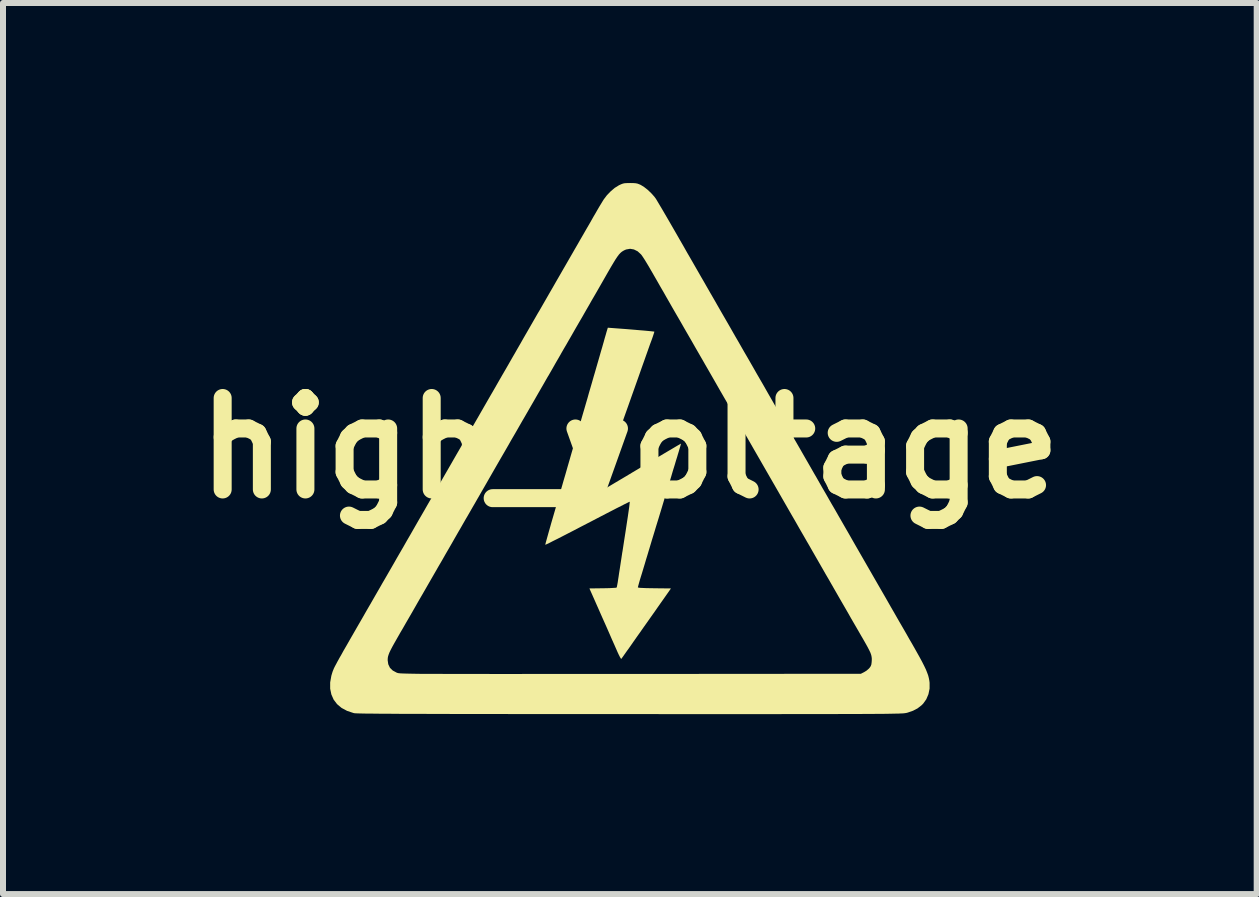
<source format=kicad_pcb>
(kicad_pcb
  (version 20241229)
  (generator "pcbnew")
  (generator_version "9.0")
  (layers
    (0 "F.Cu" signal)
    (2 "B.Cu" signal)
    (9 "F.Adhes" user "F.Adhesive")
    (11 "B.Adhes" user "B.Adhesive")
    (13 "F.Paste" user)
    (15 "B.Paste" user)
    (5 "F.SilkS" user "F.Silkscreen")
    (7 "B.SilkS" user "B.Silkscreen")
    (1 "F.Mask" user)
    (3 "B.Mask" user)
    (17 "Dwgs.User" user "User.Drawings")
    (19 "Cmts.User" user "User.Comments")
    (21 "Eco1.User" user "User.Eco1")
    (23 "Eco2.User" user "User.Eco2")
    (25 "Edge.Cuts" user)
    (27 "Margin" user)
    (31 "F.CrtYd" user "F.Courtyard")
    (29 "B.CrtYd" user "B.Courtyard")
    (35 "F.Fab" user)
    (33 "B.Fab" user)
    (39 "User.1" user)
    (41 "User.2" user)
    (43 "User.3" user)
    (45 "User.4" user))
  (footprint "high_voltage"
    (layer "F.Cu")
    (at 7.446 4.417)
    (property "Reference" "high_voltage" (at 0 0 0) (layer "F.SilkS") (effects (font (size 1.524 1.524) (thickness 0.3))))
    (attr board_only exclude_from_pos_files exclude_from_bom)
    (fp_poly (pts (xy -0.247 -1.997) (xy -0.169 -1.991) (xy -0.085 -1.985) (xy 0.001 -1.978) (xy 0.085 -1.971) (xy 0.165 -1.964) (xy 0.239 -1.958) (xy 0.303 -1.952) (xy 0.354 -1.947) (xy 0.39 -1.943) (xy 0.407 -1.941) (xy 0.408 -1.94) (xy 0.406 -1.929) (xy 0.397 -1.901) (xy 0.384 -1.861) (xy 0.368 -1.815) (xy 0.354 -1.777) (xy 0.337 -1.732) (xy 0.318 -1.678) (xy 0.295 -1.613) (xy 0.268 -1.537) (xy 0.236 -1.446) (xy 0.198 -1.34) (xy 0.155 -1.217) (xy 0.105 -1.076) (xy 0.082 -1.011) (xy 0.031 -0.868) (xy -0.024 -0.712) (xy -0.085 -0.541) (xy -0.139 -0.389) (xy -0.16 -0.331) (xy -0.185 -0.259) (xy -0.213 -0.18) (xy -0.241 -0.1) (xy -0.261 -0.044) (xy -0.335 0.165) (xy -0.402 0.353) (xy -0.462 0.521) (xy -0.494 0.611) (xy -0.512 0.662) (xy -0.527 0.705) (xy -0.537 0.736) (xy -0.541 0.751) (xy -0.541 0.752) (xy -0.531 0.746) (xy -0.504 0.731) (xy -0.461 0.705) (xy -0.403 0.671) (xy -0.332 0.629) (xy -0.25 0.58) (xy -0.157 0.525) (xy -0.056 0.465) (xy 0.052 0.4) (xy 0.155 0.339) (xy 0.268 0.271) (xy 0.376 0.207) (xy 0.476 0.147) (xy 0.568 0.092) (xy 0.649 0.044) (xy 0.719 0.003) (xy 0.776 -0.031) (xy 0.818 -0.055) (xy 0.844 -0.07) (xy 0.852 -0.074) (xy 0.849 -0.063) (xy 0.842 -0.034) (xy 0.829 0.009) (xy 0.813 0.064) (xy 0.794 0.126) (xy 0.794 0.128) (xy 0.77 0.205) (xy 0.746 0.286) (xy 0.721 0.366) (xy 0.7 0.437) (xy 0.69 0.472) (xy 0.668 0.545) (xy 0.64 0.638) (xy 0.607 0.748) (xy 0.568 0.874) (xy 0.526 1.014) (xy 0.48 1.166) (xy 0.43 1.328) (xy 0.417 1.372) (xy 0.393 1.451) (xy 0.368 1.532) (xy 0.345 1.609) (xy 0.325 1.676) (xy 0.309 1.728) (xy 0.306 1.739) (xy 0.291 1.789) (xy 0.271 1.854) (xy 0.249 1.929) (xy 0.225 2.008) (xy 0.202 2.085) (xy 0.181 2.152) (xy 0.163 2.212) (xy 0.149 2.262) (xy 0.139 2.299) (xy 0.134 2.319) (xy 0.133 2.321) (xy 0.142 2.325) (xy 0.169 2.329) (xy 0.214 2.331) (xy 0.28 2.334) (xy 0.366 2.335) (xy 0.409 2.336) (xy 0.685 2.339) (xy 0.584 2.483) (xy 0.556 2.523) (xy 0.517 2.578) (xy 0.47 2.645) (xy 0.415 2.724) (xy 0.354 2.81) (xy 0.29 2.901) (xy 0.224 2.994) (xy 0.173 3.067) (xy 0.111 3.154) (xy 0.053 3.237) (xy 0.001 3.312) (xy -0.046 3.377) (xy -0.085 3.432) (xy -0.115 3.475) (xy -0.135 3.502) (xy -0.143 3.514) (xy -0.143 3.514) (xy -0.15 3.507) (xy -0.164 3.484) (xy -0.183 3.447) (xy -0.205 3.4) (xy -0.211 3.386) (xy -0.254 3.288) (xy -0.3 3.185) (xy -0.346 3.079) (xy -0.393 2.972) (xy -0.439 2.869) (xy -0.483 2.77) (xy -0.523 2.679) (xy -0.559 2.598) (xy -0.589 2.53) (xy -0.612 2.478) (xy -0.627 2.444) (xy -0.674 2.339) (xy -0.451 2.336) (xy -0.383 2.335) (xy -0.322 2.333) (xy -0.273 2.33) (xy -0.238 2.328) (xy -0.221 2.325) (xy -0.221 2.325) (xy -0.216 2.311) (xy -0.21 2.28) (xy -0.202 2.237) (xy -0.195 2.189) (xy -0.188 2.145) (xy -0.179 2.083) (xy -0.167 2.007) (xy -0.154 1.922) (xy -0.14 1.831) (xy -0.126 1.738) (xy -0.122 1.717) (xy -0.095 1.541) (xy -0.071 1.388) (xy -0.051 1.255) (xy -0.034 1.144) (xy -0.021 1.054) (xy -0.011 0.984) (xy -0.005 0.934) (xy -0.002 0.904) (xy -0.002 0.894) (xy -0.013 0.898) (xy -0.041 0.912) (xy -0.086 0.934) (xy -0.146 0.965) (xy -0.22 1.002) (xy -0.305 1.046) (xy -0.4 1.095) (xy -0.504 1.149) (xy -0.615 1.207) (xy -0.706 1.254) (xy -0.822 1.314) (xy -0.931 1.371) (xy -1.034 1.424) (xy -1.127 1.472) (xy -1.209 1.514) (xy -1.28 1.549) (xy -1.336 1.578) (xy -1.378 1.598) (xy -1.402 1.609) (xy -1.409 1.611) (xy -1.407 1.599) (xy -1.399 1.568) (xy -1.386 1.521) (xy -1.369 1.46) (xy -1.349 1.388) (xy -1.326 1.308) (xy -1.311 1.254) (xy -1.285 1.165) (xy -1.262 1.086) (xy -1.241 1.014) (xy -1.221 0.944) (xy -1.201 0.876) (xy -1.18 0.804) (xy -1.158 0.727) (xy -1.133 0.642) (xy -1.105 0.544) (xy -1.072 0.432) (xy -1.035 0.302) (xy -1.028 0.278) (xy -1.004 0.195) (xy -0.976 0.097) (xy -0.944 -0.013) (xy -0.91 -0.13) (xy -0.876 -0.248) (xy -0.843 -0.362) (xy -0.821 -0.437) (xy -0.792 -0.538) (xy -0.762 -0.64) (xy -0.733 -0.74) (xy -0.706 -0.832) (xy -0.683 -0.915) (xy -0.663 -0.983) (xy -0.649 -1.031) (xy -0.63 -1.096) (xy -0.607 -1.177) (xy -0.581 -1.265) (xy -0.555 -1.356) (xy -0.53 -1.442) (xy -0.526 -1.456) (xy -0.504 -1.532) (xy -0.483 -1.606) (xy -0.463 -1.673) (xy -0.447 -1.73) (xy -0.435 -1.771) (xy -0.432 -1.783) (xy -0.417 -1.837) (xy -0.4 -1.894) (xy -0.389 -1.934) (xy -0.367 -2.006)) (stroke (width 0) (type solid)) (fill yes) (layer "F.SilkS"))
    (fp_poly (pts (xy 0.059 -4.416) (xy 0.098 -4.413) (xy 0.128 -4.407) (xy 0.157 -4.396) (xy 0.182 -4.385) (xy 0.237 -4.351) (xy 0.297 -4.304) (xy 0.356 -4.248) (xy 0.408 -4.19) (xy 0.433 -4.156) (xy 0.446 -4.135) (xy 0.468 -4.098) (xy 0.5 -4.044) (xy 0.54 -3.977) (xy 0.586 -3.898) (xy 0.638 -3.809) (xy 0.694 -3.712) (xy 0.754 -3.608) (xy 0.816 -3.5) (xy 0.822 -3.489) (xy 0.888 -3.375) (xy 0.953 -3.26) (xy 1.018 -3.148) (xy 1.08 -3.04) (xy 1.138 -2.939) (xy 1.19 -2.848) (xy 1.236 -2.769) (xy 1.273 -2.704) (xy 1.296 -2.664) (xy 1.347 -2.575) (xy 1.401 -2.482) (xy 1.458 -2.382) (xy 1.521 -2.272) (xy 1.591 -2.151) (xy 1.669 -2.016) (xy 1.755 -1.865) (xy 1.804 -1.781) (xy 1.851 -1.699) (xy 1.904 -1.606) (xy 1.96 -1.51) (xy 2.014 -1.416) (xy 2.06 -1.336) (xy 2.107 -1.253) (xy 2.162 -1.158) (xy 2.219 -1.06) (xy 2.273 -0.965) (xy 2.318 -0.886) (xy 2.363 -0.808) (xy 2.412 -0.722) (xy 2.462 -0.637) (xy 2.508 -0.557) (xy 2.547 -0.489) (xy 2.55 -0.483) (xy 2.607 -0.384) (xy 2.673 -0.269) (xy 2.747 -0.141) (xy 2.826 -0.004) (xy 2.908 0.139) (xy 2.992 0.285) (xy 3.075 0.43) (xy 3.106 0.483) (xy 3.155 0.569) (xy 3.209 0.664) (xy 3.265 0.76) (xy 3.318 0.853) (xy 3.365 0.935) (xy 3.387 0.972) (xy 3.432 1.05) (xy 3.481 1.136) (xy 3.53 1.221) (xy 3.576 1.301) (xy 3.615 1.369) (xy 3.617 1.372) (xy 3.655 1.438) (xy 3.7 1.517) (xy 3.749 1.603) (xy 3.798 1.688) (xy 3.844 1.768) (xy 3.848 1.775) (xy 3.982 2.008) (xy 4.119 2.246) (xy 4.254 2.48) (xy 4.359 2.664) (xy 4.395 2.726) (xy 4.439 2.803) (xy 4.49 2.892) (xy 4.546 2.988) (xy 4.603 3.087) (xy 4.659 3.186) (xy 4.704 3.263) (xy 4.769 3.378) (xy 4.824 3.476) (xy 4.869 3.559) (xy 4.905 3.63) (xy 4.934 3.691) (xy 4.955 3.744) (xy 4.972 3.791) (xy 4.983 3.835) (xy 4.991 3.878) (xy 4.995 3.911) (xy 4.995 4.008) (xy 4.976 4.101) (xy 4.94 4.186) (xy 4.888 4.259) (xy 4.862 4.285) (xy 4.794 4.338) (xy 4.719 4.377) (xy 4.63 4.408) (xy 4.614 4.412) (xy 4.606 4.414) (xy 4.598 4.415) (xy 4.589 4.417) (xy 4.578 4.418) (xy 4.564 4.42) (xy 4.547 4.421) (xy 4.526 4.422) (xy 4.5 4.423) (xy 4.469 4.425) (xy 4.433 4.425) (xy 4.389 4.426) (xy 4.339 4.427) (xy 4.281 4.428) (xy 4.215 4.429) (xy 4.139 4.429) (xy 4.054 4.43) (xy 3.958 4.43) (xy 3.851 4.431) (xy 3.733 4.431) (xy 3.602 4.431) (xy 3.458 4.432) (xy 3.301 4.432) (xy 3.129 4.432) (xy 2.943 4.432) (xy 2.741 4.432) (xy 2.523 4.433) (xy 2.288 4.433) (xy 2.035 4.433) (xy 1.765 4.433) (xy 1.475 4.433) (xy 1.166 4.433) (xy 0.837 4.433) (xy 0.488 4.433) (xy 0.116 4.432) (xy -0.005 4.432) (xy -0.39 4.432) (xy -0.754 4.432) (xy -1.097 4.432) (xy -1.419 4.432) (xy -1.722 4.432) (xy -2.005 4.432) (xy -2.27 4.431) (xy -2.517 4.431) (xy -2.746 4.431) (xy -2.959 4.431) (xy -3.155 4.43) (xy -3.336 4.43) (xy -3.502 4.429) (xy -3.653 4.429) (xy -3.79 4.429) (xy -3.915 4.428) (xy -4.026 4.427) (xy -4.126 4.427) (xy -4.214 4.426) (xy -4.292 4.425) (xy -4.359 4.425) (xy -4.417 4.424) (xy -4.466 4.423) (xy -4.506 4.422) (xy -4.539 4.421) (xy -4.564 4.42) (xy -4.583 4.419) (xy -4.595 4.417) (xy -4.602 4.416) (xy -4.711 4.38) (xy -4.804 4.33) (xy -4.879 4.267) (xy -4.936 4.192) (xy -4.974 4.106) (xy -4.994 4.01) (xy -4.994 3.905) (xy -4.974 3.793) (xy -4.959 3.743) (xy -4.954 3.727) (xy -4.948 3.711) (xy -4.941 3.694) (xy -4.933 3.674) (xy -4.922 3.651) (xy -4.908 3.624) (xy -4.89 3.591) (xy -4.869 3.551) (xy -4.858 3.532) (xy -4.036 3.532) (xy -4.026 3.602) (xy -3.998 3.661) (xy -3.951 3.707) (xy -3.886 3.742) (xy -3.876 3.746) (xy -3.87 3.747) (xy -3.863 3.749) (xy -3.854 3.751) (xy -3.842 3.752) (xy -3.827 3.754) (xy -3.808 3.755) (xy -3.784 3.756) (xy -3.755 3.757) (xy -3.719 3.758) (xy -3.677 3.759) (xy -3.627 3.76) (xy -3.569 3.761) (xy -3.502 3.762) (xy -3.426 3.762) (xy -3.339 3.763) (xy -3.241 3.763) (xy -3.131 3.763) (xy -3.009 3.764) (xy -2.874 3.764) (xy -2.725 3.764) (xy -2.561 3.764) (xy -2.382 3.764) (xy -2.187 3.765) (xy -1.975 3.765) (xy -1.747 3.764) (xy -1.5 3.764) (xy -1.234 3.764) (xy -0.949 3.764) (xy -0.644 3.764) (xy -0.318 3.764) (xy 0.017 3.764) (xy 3.85 3.761) (xy 3.905 3.733) (xy 3.944 3.709) (xy 3.98 3.678) (xy 3.994 3.663) (xy 4.013 3.636) (xy 4.024 3.608) (xy 4.029 3.572) (xy 4.031 3.544) (xy 4.032 3.511) (xy 4.029 3.48) (xy 4.022 3.447) (xy 4.009 3.41) (xy 3.988 3.366) (xy 3.96 3.312) (xy 3.922 3.244) (xy 3.886 3.181) (xy 3.855 3.128) (xy 3.816 3.06) (xy 3.772 2.984) (xy 3.726 2.905) (xy 3.682 2.829) (xy 3.672 2.811) (xy 3.627 2.732) (xy 3.578 2.647) (xy 3.528 2.561) (xy 3.482 2.481) (xy 3.443 2.413) (xy 3.439 2.406) (xy 3.404 2.345) (xy 3.361 2.27) (xy 3.313 2.186) (xy 3.262 2.099) (xy 3.213 2.013) (xy 3.183 1.961) (xy 3.136 1.879) (xy 3.086 1.792) (xy 3.036 1.705) (xy 2.99 1.624) (xy 2.949 1.554) (xy 2.928 1.517) (xy 2.89 1.451) (xy 2.844 1.372) (xy 2.795 1.286) (xy 2.746 1.2) (xy 2.7 1.121) (xy 2.696 1.114) (xy 2.565 0.886) (xy 2.445 0.677) (xy 2.335 0.486) (xy 2.236 0.314) (xy 2.147 0.159) (xy 2.068 0.022) (xy 2 -0.097) (xy 1.941 -0.2) (xy 1.928 -0.222) (xy 1.775 -0.488) (xy 1.632 -0.737) (xy 1.495 -0.974) (xy 1.398 -1.144) (xy 1.352 -1.224) (xy 1.305 -1.306) (xy 1.258 -1.387) (xy 1.216 -1.461) (xy 1.18 -1.523) (xy 1.161 -1.556) (xy 1.127 -1.615) (xy 1.083 -1.691) (xy 1.032 -1.781) (xy 0.974 -1.881) (xy 0.911 -1.99) (xy 0.846 -2.104) (xy 0.778 -2.221) (xy 0.711 -2.337) (xy 0.646 -2.451) (xy 0.608 -2.517) (xy 0.564 -2.595) (xy 0.512 -2.684) (xy 0.458 -2.779) (xy 0.405 -2.871) (xy 0.358 -2.953) (xy 0.357 -2.954) (xy 0.318 -3.022) (xy 0.28 -3.085) (xy 0.245 -3.142) (xy 0.215 -3.188) (xy 0.193 -3.219) (xy 0.186 -3.228) (xy 0.13 -3.279) (xy 0.068 -3.31) (xy 0.004 -3.321) (xy -0.06 -3.31) (xy -0.083 -3.301) (xy -0.11 -3.287) (xy -0.135 -3.271) (xy -0.158 -3.251) (xy -0.182 -3.225) (xy -0.208 -3.19) (xy -0.239 -3.144) (xy -0.275 -3.085) (xy -0.319 -3.011) (xy -0.367 -2.928) (xy -0.408 -2.856) (xy -0.452 -2.779) (xy -0.495 -2.704) (xy -0.534 -2.636) (xy -0.561 -2.589) (xy -0.594 -2.532) (xy -0.635 -2.462) (xy -0.678 -2.386) (xy -0.722 -2.31) (xy -0.75 -2.261) (xy -0.791 -2.189) (xy -0.836 -2.112) (xy -0.88 -2.036) (xy -0.92 -1.967) (xy -0.942 -1.928) (xy -0.974 -1.872) (xy -1.014 -1.803) (xy -1.058 -1.726) (xy -1.104 -1.648) (xy -1.147 -1.573) (xy -1.15 -1.567) (xy -1.193 -1.492) (xy -1.239 -1.413) (xy -1.283 -1.335) (xy -1.324 -1.264) (xy -1.357 -1.206) (xy -1.36 -1.203) (xy -1.399 -1.135) (xy -1.443 -1.058) (xy -1.487 -0.982) (xy -1.525 -0.916) (xy -1.526 -0.914) (xy -1.56 -0.855) (xy -1.601 -0.783) (xy -1.645 -0.707) (xy -1.689 -0.631) (xy -1.713 -0.589) (xy -1.754 -0.518) (xy -1.799 -0.441) (xy -1.843 -0.364) (xy -1.882 -0.296) (xy -1.902 -0.261) (xy -1.937 -0.201) (xy -1.979 -0.129) (xy -2.023 -0.051) (xy -2.067 0.025) (xy -2.091 0.067) (xy -2.158 0.182) (xy -2.215 0.281) (xy -2.264 0.366) (xy -2.307 0.441) (xy -2.346 0.509) (xy -2.382 0.572) (xy -2.417 0.633) (xy -2.453 0.695) (xy -2.491 0.761) (xy -2.494 0.767) (xy -2.537 0.841) (xy -2.582 0.92) (xy -2.627 0.997) (xy -2.667 1.067) (xy -2.7 1.124) (xy -2.702 1.128) (xy -2.734 1.182) (xy -2.773 1.25) (xy -2.817 1.327) (xy -2.863 1.406) (xy -2.907 1.483) (xy -2.917 1.5) (xy -2.963 1.581) (xy -3.016 1.673) (xy -3.073 1.771) (xy -3.128 1.868) (xy -3.179 1.955) (xy -3.189 1.972) (xy -3.233 2.049) (xy -3.285 2.139) (xy -3.342 2.238) (xy -3.4 2.339) (xy -3.457 2.438) (xy -3.506 2.522) (xy -3.558 2.613) (xy -3.615 2.713) (xy -3.674 2.815) (xy -3.732 2.915) (xy -3.784 3.006) (xy -3.826 3.077) (xy -3.88 3.172) (xy -3.925 3.251) (xy -3.96 3.314) (xy -3.987 3.366) (xy -4.007 3.408) (xy -4.02 3.442) (xy -4.029 3.471) (xy -4.034 3.497) (xy -4.035 3.522) (xy -4.036 3.532) (xy -4.858 3.532) (xy -4.842 3.502) (xy -4.809 3.445) (xy -4.771 3.376) (xy -4.725 3.297) (xy -4.672 3.204) (xy -4.611 3.098) (xy -4.541 2.976) (xy -4.461 2.838) (xy -4.372 2.682) (xy -4.324 2.6) (xy -4.277 2.518) (xy -4.235 2.445) (xy -4.197 2.379) (xy -4.16 2.315) (xy -4.123 2.25) (xy -4.082 2.18) (xy -4.037 2.102) (xy -3.985 2.012) (xy -3.927 1.911) (xy -3.877 1.823) (xy -3.823 1.73) (xy -3.769 1.637) (xy -3.718 1.547) (xy -3.672 1.468) (xy -3.634 1.402) (xy -3.633 1.4) (xy -3.598 1.339) (xy -3.554 1.262) (xy -3.504 1.175) (xy -3.45 1.082) (xy -3.395 0.986) (xy -3.341 0.892) (xy -3.316 0.85) (xy -3.223 0.688) (xy -3.137 0.538) (xy -3.054 0.394) (xy -2.971 0.25) (xy -2.885 0.1) (xy -2.792 -0.06) (xy -2.75 -0.133) (xy -2.633 -0.336) (xy -2.526 -0.521) (xy -2.429 -0.69) (xy -2.341 -0.843) (xy -2.261 -0.981) (xy -2.189 -1.107) (xy -2.124 -1.22) (xy -2.064 -1.323) (xy -2.01 -1.417) (xy -1.961 -1.503) (xy -1.915 -1.582) (xy -1.873 -1.656) (xy -1.833 -1.725) (xy -1.822 -1.744) (xy -1.77 -1.836) (xy -1.711 -1.938) (xy -1.65 -2.044) (xy -1.59 -2.148) (xy -1.535 -2.244) (xy -1.505 -2.294) (xy -1.454 -2.383) (xy -1.397 -2.482) (xy -1.338 -2.585) (xy -1.28 -2.685) (xy -1.228 -2.776) (xy -1.208 -2.811) (xy -1.161 -2.892) (xy -1.111 -2.979) (xy -1.06 -3.067) (xy -1.013 -3.149) (xy -0.972 -3.22) (xy -0.958 -3.244) (xy -0.926 -3.3) (xy -0.896 -3.352) (xy -0.865 -3.405) (xy -0.834 -3.46) (xy -0.799 -3.52) (xy -0.76 -3.588) (xy -0.715 -3.666) (xy -0.662 -3.757) (xy -0.601 -3.865) (xy -0.58 -3.9) (xy -0.544 -3.963) (xy -0.509 -4.023) (xy -0.476 -4.077) (xy -0.45 -4.12) (xy -0.435 -4.144) (xy -0.382 -4.214) (xy -0.319 -4.279) (xy -0.252 -4.336) (xy -0.186 -4.377) (xy -0.181 -4.38) (xy -0.144 -4.397) (xy -0.114 -4.408) (xy -0.084 -4.414) (xy -0.045 -4.416) (xy 0.005 -4.417)) (stroke (width 0) (type solid)) (fill yes) (layer "F.SilkS")))
  (gr_rect
    (start -3 -3)
    (end 17.892 11.849)
    (stroke (width 0.1) (type default))
    (fill no)
    (layer "Edge.Cuts")))
</source>
